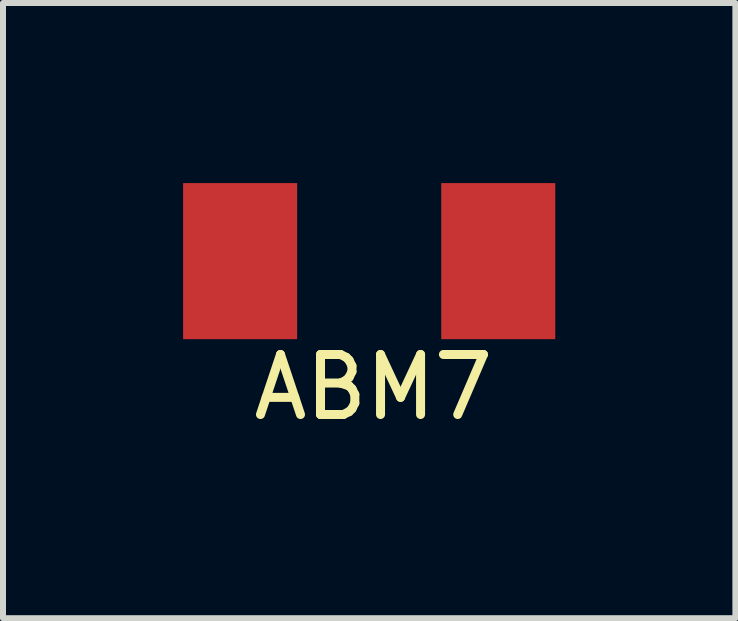
<source format=kicad_pcb>
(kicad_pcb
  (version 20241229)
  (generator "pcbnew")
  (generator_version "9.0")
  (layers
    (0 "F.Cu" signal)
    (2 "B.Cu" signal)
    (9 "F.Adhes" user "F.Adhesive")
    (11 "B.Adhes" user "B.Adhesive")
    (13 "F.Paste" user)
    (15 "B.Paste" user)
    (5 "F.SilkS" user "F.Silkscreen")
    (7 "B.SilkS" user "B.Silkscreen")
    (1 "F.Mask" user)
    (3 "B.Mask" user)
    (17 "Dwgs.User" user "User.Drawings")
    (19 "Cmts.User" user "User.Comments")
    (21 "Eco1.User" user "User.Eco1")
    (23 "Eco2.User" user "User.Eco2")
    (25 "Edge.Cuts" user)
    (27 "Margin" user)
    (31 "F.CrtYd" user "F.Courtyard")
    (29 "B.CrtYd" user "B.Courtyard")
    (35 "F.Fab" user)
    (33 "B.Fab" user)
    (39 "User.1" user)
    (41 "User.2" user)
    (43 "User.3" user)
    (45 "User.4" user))
  (footprint "ABM7"
    (layer "F.Cu")
    (at 3.1 1.3)
    (property "Reference" "ABM7" (at 0.07 2.1 0) (layer "F.SilkS") (effects (font (size 1 1) (thickness 0.15))))
    (attr through_hole)
    (pad "1" smd rect (at -2.15 0) (size 1.9 2.6) (layers "F.Cu" "F.Mask" "F.Paste"))
    (pad "2" smd rect (at 2.15 0) (size 1.9 2.6) (layers "F.Cu" "F.Mask" "F.Paste")))
  (gr_rect
    (start -3 -3)
    (end 9.2 7.248)
    (stroke (width 0.1) (type default))
    (fill no)
    (layer "Edge.Cuts")))
</source>
